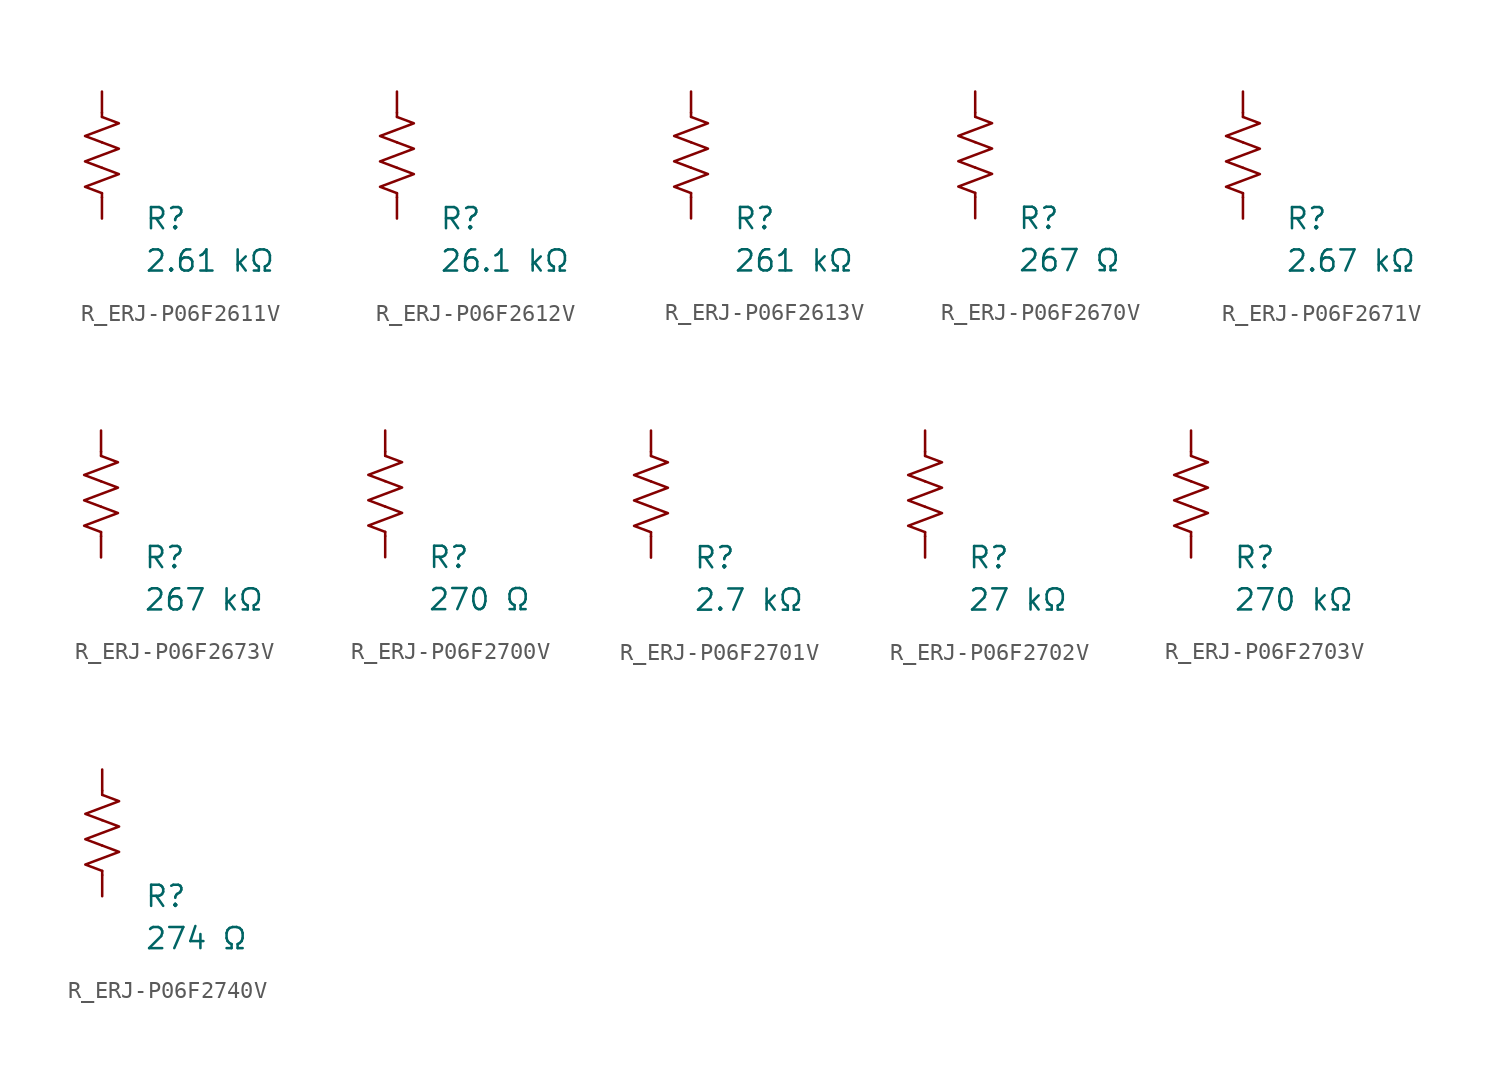
<source format=kicad_sym>
(kicad_symbol_lib
  (version 20231120)
  (generator "kicad_symbol_editor")
  (generator_version "8.0")
  (symbol "R_ERJ-P06F2611V"
    (pin_numbers hide)
    (pin_names
      (offset 0))
    (property "Reference" "R"
      (at 2.54 -3.81 0)
      (effects (font (size 1.27 1.27)) (justify left))
      (show_name no))
    (property "Value" "2.61 kΩ"
      (at 2.54 -6.35 0)
      (effects (font (size 1.27 1.27)) (justify left))
      (show_name no))
    (symbol "R_ERJ-P06F2611V_0_1"
      (polyline (pts (xy 0 -2.286) (xy 0 -2.54)) (stroke (width 0) (type default)) (fill (type none)))
      (polyline (pts (xy 0 2.286) (xy 0 2.54)) (stroke (width 0) (type default)) (fill (type none)))
      (polyline (pts (xy 0 -0.762) (xy 1.016 -1.143) (xy 0 -1.524) (xy -1.016 -1.905) (xy 0 -2.286)) (stroke (width 0) (type default)) (fill (type none)))
      (polyline (pts (xy 0 0.762) (xy 1.016 0.381) (xy 0 0) (xy -1.016 -0.381) (xy 0 -0.762)) (stroke (width 0) (type default)) (fill (type none)))
      (polyline (pts (xy 0 2.286) (xy 1.016 1.905) (xy 0 1.524) (xy -1.016 1.143) (xy 0 0.762)) (stroke (width 0) (type default)) (fill (type none))))
    (symbol "R_ERJ-P06F2611V_1_1"
      (pin passive line (at 0 3.81 270) (length 1.27) (name "~" (effects (font (size 1.27 1.27)))) (number "1" (effects (font (size 1.27 1.27)))))
      (pin passive line (at 0 -3.81 90) (length 1.27) (name "~" (effects (font (size 1.27 1.27)))) (number "2" (effects (font (size 1.27 1.27)))))))
  (symbol "R_ERJ-P06F2612V"
    (pin_numbers hide)
    (pin_names
      (offset 0))
    (property "Reference" "R"
      (at 2.54 -3.81 0)
      (effects (font (size 1.27 1.27)) (justify left))
      (show_name no))
    (property "Value" "26.1 kΩ"
      (at 2.54 -6.35 0)
      (effects (font (size 1.27 1.27)) (justify left))
      (show_name no))
    (symbol "R_ERJ-P06F2612V_0_1"
      (polyline (pts (xy 0 -2.286) (xy 0 -2.54)) (stroke (width 0) (type default)) (fill (type none)))
      (polyline (pts (xy 0 2.286) (xy 0 2.54)) (stroke (width 0) (type default)) (fill (type none)))
      (polyline (pts (xy 0 -0.762) (xy 1.016 -1.143) (xy 0 -1.524) (xy -1.016 -1.905) (xy 0 -2.286)) (stroke (width 0) (type default)) (fill (type none)))
      (polyline (pts (xy 0 0.762) (xy 1.016 0.381) (xy 0 0) (xy -1.016 -0.381) (xy 0 -0.762)) (stroke (width 0) (type default)) (fill (type none)))
      (polyline (pts (xy 0 2.286) (xy 1.016 1.905) (xy 0 1.524) (xy -1.016 1.143) (xy 0 0.762)) (stroke (width 0) (type default)) (fill (type none))))
    (symbol "R_ERJ-P06F2612V_1_1"
      (pin passive line (at 0 3.81 270) (length 1.27) (name "~" (effects (font (size 1.27 1.27)))) (number "1" (effects (font (size 1.27 1.27)))))
      (pin passive line (at 0 -3.81 90) (length 1.27) (name "~" (effects (font (size 1.27 1.27)))) (number "2" (effects (font (size 1.27 1.27)))))))
  (symbol "R_ERJ-P06F2613V"
    (pin_numbers hide)
    (pin_names
      (offset 0))
    (property "Reference" "R"
      (at 2.54 -3.81 0)
      (effects (font (size 1.27 1.27)) (justify left))
      (show_name no))
    (property "Value" "261 kΩ"
      (at 2.54 -6.35 0)
      (effects (font (size 1.27 1.27)) (justify left))
      (show_name no))
    (symbol "R_ERJ-P06F2613V_0_1"
      (polyline (pts (xy 0 -2.286) (xy 0 -2.54)) (stroke (width 0) (type default)) (fill (type none)))
      (polyline (pts (xy 0 2.286) (xy 0 2.54)) (stroke (width 0) (type default)) (fill (type none)))
      (polyline (pts (xy 0 -0.762) (xy 1.016 -1.143) (xy 0 -1.524) (xy -1.016 -1.905) (xy 0 -2.286)) (stroke (width 0) (type default)) (fill (type none)))
      (polyline (pts (xy 0 0.762) (xy 1.016 0.381) (xy 0 0) (xy -1.016 -0.381) (xy 0 -0.762)) (stroke (width 0) (type default)) (fill (type none)))
      (polyline (pts (xy 0 2.286) (xy 1.016 1.905) (xy 0 1.524) (xy -1.016 1.143) (xy 0 0.762)) (stroke (width 0) (type default)) (fill (type none))))
    (symbol "R_ERJ-P06F2613V_1_1"
      (pin passive line (at 0 3.81 270) (length 1.27) (name "~" (effects (font (size 1.27 1.27)))) (number "1" (effects (font (size 1.27 1.27)))))
      (pin passive line (at 0 -3.81 90) (length 1.27) (name "~" (effects (font (size 1.27 1.27)))) (number "2" (effects (font (size 1.27 1.27)))))))
  (symbol "R_ERJ-P06F2670V"
    (pin_numbers hide)
    (pin_names
      (offset 0))
    (property "Reference" "R"
      (at 2.54 -3.81 0)
      (effects (font (size 1.27 1.27)) (justify left))
      (show_name no))
    (property "Value" "267 Ω"
      (at 2.54 -6.35 0)
      (effects (font (size 1.27 1.27)) (justify left))
      (show_name no))
    (symbol "R_ERJ-P06F2670V_0_1"
      (polyline (pts (xy 0 -2.286) (xy 0 -2.54)) (stroke (width 0) (type default)) (fill (type none)))
      (polyline (pts (xy 0 2.286) (xy 0 2.54)) (stroke (width 0) (type default)) (fill (type none)))
      (polyline (pts (xy 0 -0.762) (xy 1.016 -1.143) (xy 0 -1.524) (xy -1.016 -1.905) (xy 0 -2.286)) (stroke (width 0) (type default)) (fill (type none)))
      (polyline (pts (xy 0 0.762) (xy 1.016 0.381) (xy 0 0) (xy -1.016 -0.381) (xy 0 -0.762)) (stroke (width 0) (type default)) (fill (type none)))
      (polyline (pts (xy 0 2.286) (xy 1.016 1.905) (xy 0 1.524) (xy -1.016 1.143) (xy 0 0.762)) (stroke (width 0) (type default)) (fill (type none))))
    (symbol "R_ERJ-P06F2670V_1_1"
      (pin passive line (at 0 3.81 270) (length 1.27) (name "~" (effects (font (size 1.27 1.27)))) (number "1" (effects (font (size 1.27 1.27)))))
      (pin passive line (at 0 -3.81 90) (length 1.27) (name "~" (effects (font (size 1.27 1.27)))) (number "2" (effects (font (size 1.27 1.27)))))))
  (symbol "R_ERJ-P06F2671V"
    (pin_numbers hide)
    (pin_names
      (offset 0))
    (property "Reference" "R"
      (at 2.54 -3.81 0)
      (effects (font (size 1.27 1.27)) (justify left))
      (show_name no))
    (property "Value" "2.67 kΩ"
      (at 2.54 -6.35 0)
      (effects (font (size 1.27 1.27)) (justify left))
      (show_name no))
    (symbol "R_ERJ-P06F2671V_0_1"
      (polyline (pts (xy 0 -2.286) (xy 0 -2.54)) (stroke (width 0) (type default)) (fill (type none)))
      (polyline (pts (xy 0 2.286) (xy 0 2.54)) (stroke (width 0) (type default)) (fill (type none)))
      (polyline (pts (xy 0 -0.762) (xy 1.016 -1.143) (xy 0 -1.524) (xy -1.016 -1.905) (xy 0 -2.286)) (stroke (width 0) (type default)) (fill (type none)))
      (polyline (pts (xy 0 0.762) (xy 1.016 0.381) (xy 0 0) (xy -1.016 -0.381) (xy 0 -0.762)) (stroke (width 0) (type default)) (fill (type none)))
      (polyline (pts (xy 0 2.286) (xy 1.016 1.905) (xy 0 1.524) (xy -1.016 1.143) (xy 0 0.762)) (stroke (width 0) (type default)) (fill (type none))))
    (symbol "R_ERJ-P06F2671V_1_1"
      (pin passive line (at 0 3.81 270) (length 1.27) (name "~" (effects (font (size 1.27 1.27)))) (number "1" (effects (font (size 1.27 1.27)))))
      (pin passive line (at 0 -3.81 90) (length 1.27) (name "~" (effects (font (size 1.27 1.27)))) (number "2" (effects (font (size 1.27 1.27)))))))
  (symbol "R_ERJ-P06F2673V"
    (pin_numbers hide)
    (pin_names
      (offset 0))
    (property "Reference" "R"
      (at 2.54 -3.81 0)
      (effects (font (size 1.27 1.27)) (justify left))
      (show_name no))
    (property "Value" "267 kΩ"
      (at 2.54 -6.35 0)
      (effects (font (size 1.27 1.27)) (justify left))
      (show_name no))
    (symbol "R_ERJ-P06F2673V_0_1"
      (polyline (pts (xy 0 -2.286) (xy 0 -2.54)) (stroke (width 0) (type default)) (fill (type none)))
      (polyline (pts (xy 0 2.286) (xy 0 2.54)) (stroke (width 0) (type default)) (fill (type none)))
      (polyline (pts (xy 0 -0.762) (xy 1.016 -1.143) (xy 0 -1.524) (xy -1.016 -1.905) (xy 0 -2.286)) (stroke (width 0) (type default)) (fill (type none)))
      (polyline (pts (xy 0 0.762) (xy 1.016 0.381) (xy 0 0) (xy -1.016 -0.381) (xy 0 -0.762)) (stroke (width 0) (type default)) (fill (type none)))
      (polyline (pts (xy 0 2.286) (xy 1.016 1.905) (xy 0 1.524) (xy -1.016 1.143) (xy 0 0.762)) (stroke (width 0) (type default)) (fill (type none))))
    (symbol "R_ERJ-P06F2673V_1_1"
      (pin passive line (at 0 3.81 270) (length 1.27) (name "~" (effects (font (size 1.27 1.27)))) (number "1" (effects (font (size 1.27 1.27)))))
      (pin passive line (at 0 -3.81 90) (length 1.27) (name "~" (effects (font (size 1.27 1.27)))) (number "2" (effects (font (size 1.27 1.27)))))))
  (symbol "R_ERJ-P06F2700V"
    (pin_numbers hide)
    (pin_names
      (offset 0))
    (property "Reference" "R"
      (at 2.54 -3.81 0)
      (effects (font (size 1.27 1.27)) (justify left))
      (show_name no))
    (property "Value" "270 Ω"
      (at 2.54 -6.35 0)
      (effects (font (size 1.27 1.27)) (justify left))
      (show_name no))
    (symbol "R_ERJ-P06F2700V_0_1"
      (polyline (pts (xy 0 -2.286) (xy 0 -2.54)) (stroke (width 0) (type default)) (fill (type none)))
      (polyline (pts (xy 0 2.286) (xy 0 2.54)) (stroke (width 0) (type default)) (fill (type none)))
      (polyline (pts (xy 0 -0.762) (xy 1.016 -1.143) (xy 0 -1.524) (xy -1.016 -1.905) (xy 0 -2.286)) (stroke (width 0) (type default)) (fill (type none)))
      (polyline (pts (xy 0 0.762) (xy 1.016 0.381) (xy 0 0) (xy -1.016 -0.381) (xy 0 -0.762)) (stroke (width 0) (type default)) (fill (type none)))
      (polyline (pts (xy 0 2.286) (xy 1.016 1.905) (xy 0 1.524) (xy -1.016 1.143) (xy 0 0.762)) (stroke (width 0) (type default)) (fill (type none))))
    (symbol "R_ERJ-P06F2700V_1_1"
      (pin passive line (at 0 3.81 270) (length 1.27) (name "~" (effects (font (size 1.27 1.27)))) (number "1" (effects (font (size 1.27 1.27)))))
      (pin passive line (at 0 -3.81 90) (length 1.27) (name "~" (effects (font (size 1.27 1.27)))) (number "2" (effects (font (size 1.27 1.27)))))))
  (symbol "R_ERJ-P06F2701V"
    (pin_numbers hide)
    (pin_names
      (offset 0))
    (property "Reference" "R"
      (at 2.54 -3.81 0)
      (effects (font (size 1.27 1.27)) (justify left))
      (show_name no))
    (property "Value" "2.7 kΩ"
      (at 2.54 -6.35 0)
      (effects (font (size 1.27 1.27)) (justify left))
      (show_name no))
    (symbol "R_ERJ-P06F2701V_0_1"
      (polyline (pts (xy 0 -2.286) (xy 0 -2.54)) (stroke (width 0) (type default)) (fill (type none)))
      (polyline (pts (xy 0 2.286) (xy 0 2.54)) (stroke (width 0) (type default)) (fill (type none)))
      (polyline (pts (xy 0 -0.762) (xy 1.016 -1.143) (xy 0 -1.524) (xy -1.016 -1.905) (xy 0 -2.286)) (stroke (width 0) (type default)) (fill (type none)))
      (polyline (pts (xy 0 0.762) (xy 1.016 0.381) (xy 0 0) (xy -1.016 -0.381) (xy 0 -0.762)) (stroke (width 0) (type default)) (fill (type none)))
      (polyline (pts (xy 0 2.286) (xy 1.016 1.905) (xy 0 1.524) (xy -1.016 1.143) (xy 0 0.762)) (stroke (width 0) (type default)) (fill (type none))))
    (symbol "R_ERJ-P06F2701V_1_1"
      (pin passive line (at 0 3.81 270) (length 1.27) (name "~" (effects (font (size 1.27 1.27)))) (number "1" (effects (font (size 1.27 1.27)))))
      (pin passive line (at 0 -3.81 90) (length 1.27) (name "~" (effects (font (size 1.27 1.27)))) (number "2" (effects (font (size 1.27 1.27)))))))
  (symbol "R_ERJ-P06F2702V"
    (pin_numbers hide)
    (pin_names
      (offset 0))
    (property "Reference" "R"
      (at 2.54 -3.81 0)
      (effects (font (size 1.27 1.27)) (justify left))
      (show_name no))
    (property "Value" "27 kΩ"
      (at 2.54 -6.35 0)
      (effects (font (size 1.27 1.27)) (justify left))
      (show_name no))
    (symbol "R_ERJ-P06F2702V_0_1"
      (polyline (pts (xy 0 -2.286) (xy 0 -2.54)) (stroke (width 0) (type default)) (fill (type none)))
      (polyline (pts (xy 0 2.286) (xy 0 2.54)) (stroke (width 0) (type default)) (fill (type none)))
      (polyline (pts (xy 0 -0.762) (xy 1.016 -1.143) (xy 0 -1.524) (xy -1.016 -1.905) (xy 0 -2.286)) (stroke (width 0) (type default)) (fill (type none)))
      (polyline (pts (xy 0 0.762) (xy 1.016 0.381) (xy 0 0) (xy -1.016 -0.381) (xy 0 -0.762)) (stroke (width 0) (type default)) (fill (type none)))
      (polyline (pts (xy 0 2.286) (xy 1.016 1.905) (xy 0 1.524) (xy -1.016 1.143) (xy 0 0.762)) (stroke (width 0) (type default)) (fill (type none))))
    (symbol "R_ERJ-P06F2702V_1_1"
      (pin passive line (at 0 3.81 270) (length 1.27) (name "~" (effects (font (size 1.27 1.27)))) (number "1" (effects (font (size 1.27 1.27)))))
      (pin passive line (at 0 -3.81 90) (length 1.27) (name "~" (effects (font (size 1.27 1.27)))) (number "2" (effects (font (size 1.27 1.27)))))))
  (symbol "R_ERJ-P06F2703V"
    (pin_numbers hide)
    (pin_names
      (offset 0))
    (property "Reference" "R"
      (at 2.54 -3.81 0)
      (effects (font (size 1.27 1.27)) (justify left))
      (show_name no))
    (property "Value" "270 kΩ"
      (at 2.54 -6.35 0)
      (effects (font (size 1.27 1.27)) (justify left))
      (show_name no))
    (symbol "R_ERJ-P06F2703V_0_1"
      (polyline (pts (xy 0 -2.286) (xy 0 -2.54)) (stroke (width 0) (type default)) (fill (type none)))
      (polyline (pts (xy 0 2.286) (xy 0 2.54)) (stroke (width 0) (type default)) (fill (type none)))
      (polyline (pts (xy 0 -0.762) (xy 1.016 -1.143) (xy 0 -1.524) (xy -1.016 -1.905) (xy 0 -2.286)) (stroke (width 0) (type default)) (fill (type none)))
      (polyline (pts (xy 0 0.762) (xy 1.016 0.381) (xy 0 0) (xy -1.016 -0.381) (xy 0 -0.762)) (stroke (width 0) (type default)) (fill (type none)))
      (polyline (pts (xy 0 2.286) (xy 1.016 1.905) (xy 0 1.524) (xy -1.016 1.143) (xy 0 0.762)) (stroke (width 0) (type default)) (fill (type none))))
    (symbol "R_ERJ-P06F2703V_1_1"
      (pin passive line (at 0 3.81 270) (length 1.27) (name "~" (effects (font (size 1.27 1.27)))) (number "1" (effects (font (size 1.27 1.27)))))
      (pin passive line (at 0 -3.81 90) (length 1.27) (name "~" (effects (font (size 1.27 1.27)))) (number "2" (effects (font (size 1.27 1.27)))))))
  (symbol "R_ERJ-P06F2740V"
    (pin_numbers hide)
    (pin_names
      (offset 0))
    (property "Reference" "R"
      (at 2.54 -3.81 0)
      (effects (font (size 1.27 1.27)) (justify left))
      (show_name no))
    (property "Value" "274 Ω"
      (at 2.54 -6.35 0)
      (effects (font (size 1.27 1.27)) (justify left))
      (show_name no))
    (symbol "R_ERJ-P06F2740V_0_1"
      (polyline (pts (xy 0 -2.286) (xy 0 -2.54)) (stroke (width 0) (type default)) (fill (type none)))
      (polyline (pts (xy 0 2.286) (xy 0 2.54)) (stroke (width 0) (type default)) (fill (type none)))
      (polyline (pts (xy 0 -0.762) (xy 1.016 -1.143) (xy 0 -1.524) (xy -1.016 -1.905) (xy 0 -2.286)) (stroke (width 0) (type default)) (fill (type none)))
      (polyline (pts (xy 0 0.762) (xy 1.016 0.381) (xy 0 0) (xy -1.016 -0.381) (xy 0 -0.762)) (stroke (width 0) (type default)) (fill (type none)))
      (polyline (pts (xy 0 2.286) (xy 1.016 1.905) (xy 0 1.524) (xy -1.016 1.143) (xy 0 0.762)) (stroke (width 0) (type default)) (fill (type none))))
    (symbol "R_ERJ-P06F2740V_1_1"
      (pin passive line (at 0 3.81 270) (length 1.27) (name "~" (effects (font (size 1.27 1.27)))) (number "1" (effects (font (size 1.27 1.27)))))
      (pin passive line (at 0 -3.81 90) (length 1.27) (name "~" (effects (font (size 1.27 1.27)))) (number "2" (effects (font (size 1.27 1.27))))))))
</source>
